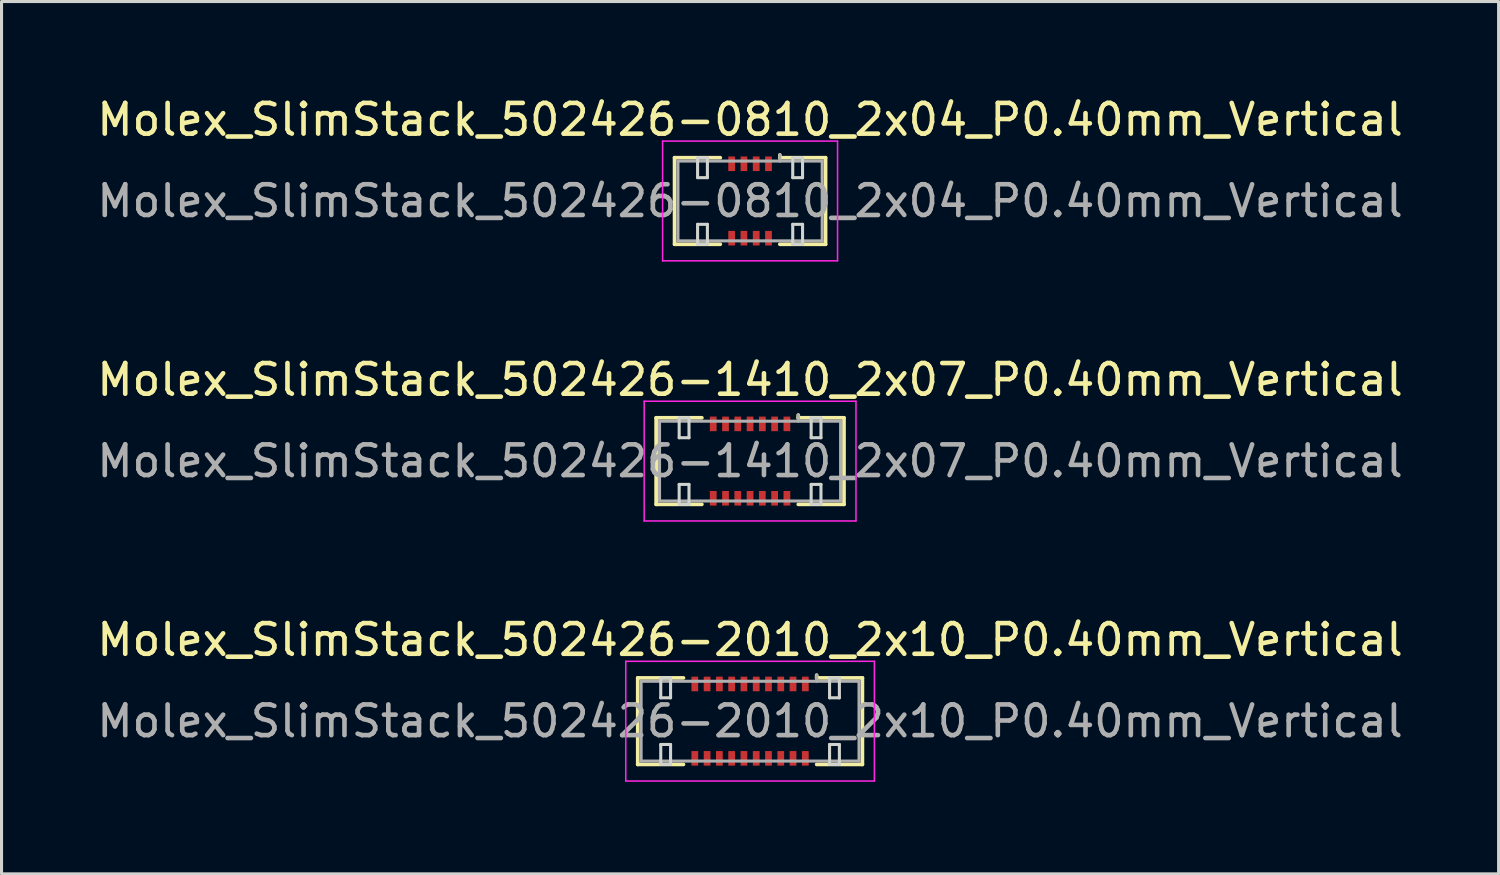
<source format=kicad_pcb>
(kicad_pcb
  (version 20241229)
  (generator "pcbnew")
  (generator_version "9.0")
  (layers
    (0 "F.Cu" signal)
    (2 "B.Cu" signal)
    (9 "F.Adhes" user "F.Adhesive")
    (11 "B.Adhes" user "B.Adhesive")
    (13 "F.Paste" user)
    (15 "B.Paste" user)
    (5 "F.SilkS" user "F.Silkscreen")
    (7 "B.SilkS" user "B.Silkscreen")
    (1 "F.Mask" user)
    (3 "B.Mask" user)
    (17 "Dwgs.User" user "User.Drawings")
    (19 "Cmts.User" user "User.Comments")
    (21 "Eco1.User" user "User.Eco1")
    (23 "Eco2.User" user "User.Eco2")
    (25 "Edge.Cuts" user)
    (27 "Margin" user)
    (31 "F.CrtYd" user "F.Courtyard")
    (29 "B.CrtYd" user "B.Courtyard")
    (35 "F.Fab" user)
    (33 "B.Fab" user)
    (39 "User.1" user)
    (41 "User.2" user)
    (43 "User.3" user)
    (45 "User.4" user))
  (footprint "Molex_SlimStack_502426-0810_2x04_P0.40mm_Vertical"
    (layer "F.Cu")
    (at 21.387 3.498)
    (property "Reference" "Molex_SlimStack_502426-0810_2x04_P0.40mm_Vertical" (at 0 -2.65 0) (layer "F.SilkS") (effects (font (size 1 1) (thickness 0.15))))
    (attr smd)
    (fp_line (start -2.46 -1.41) (end -0.97 -1.41) (stroke (width 0.12) (type solid)) (layer "F.SilkS"))
    (fp_line (start -2.46 1.41) (end -2.46 -1.41) (stroke (width 0.12) (type solid)) (layer "F.SilkS"))
    (fp_line (start -0.97 1.41) (end -2.46 1.41) (stroke (width 0.12) (type solid)) (layer "F.SilkS"))
    (fp_line (start 0.97 -1.41) (end 0.97 -1.5) (stroke (width 0.12) (type solid)) (layer "F.SilkS"))
    (fp_line (start 0.97 1.41) (end 2.46 1.41) (stroke (width 0.12) (type solid)) (layer "F.SilkS"))
    (fp_line (start 2.46 -1.41) (end 0.97 -1.41) (stroke (width 0.12) (type solid)) (layer "F.SilkS"))
    (fp_line (start 2.46 1.41) (end 2.46 -1.41) (stroke (width 0.12) (type solid)) (layer "F.SilkS"))
    (fp_line (start -1.71 -1.41) (end -1.71 -0.76) (stroke (width 0.1) (type solid)) (layer "Edge.Cuts"))
    (fp_line (start -1.71 -0.76) (end -1.39 -0.76) (stroke (width 0.1) (type solid)) (layer "Edge.Cuts"))
    (fp_line (start -1.71 0.76) (end -1.71 1.41) (stroke (width 0.1) (type solid)) (layer "Edge.Cuts"))
    (fp_line (start -1.71 1.41) (end -1.39 1.41) (stroke (width 0.1) (type solid)) (layer "Edge.Cuts"))
    (fp_line (start -1.39 -1.41) (end -1.71 -1.41) (stroke (width 0.1) (type solid)) (layer "Edge.Cuts"))
    (fp_line (start -1.39 -0.76) (end -1.39 -1.41) (stroke (width 0.1) (type solid)) (layer "Edge.Cuts"))
    (fp_line (start -1.39 0.76) (end -1.71 0.76) (stroke (width 0.1) (type solid)) (layer "Edge.Cuts"))
    (fp_line (start -1.39 1.41) (end -1.39 0.76) (stroke (width 0.1) (type solid)) (layer "Edge.Cuts"))
    (fp_line (start 1.39 -1.41) (end 1.39 -0.76) (stroke (width 0.1) (type solid)) (layer "Edge.Cuts"))
    (fp_line (start 1.39 -0.76) (end 1.71 -0.76) (stroke (width 0.1) (type solid)) (layer "Edge.Cuts"))
    (fp_line (start 1.39 0.76) (end 1.39 1.41) (stroke (width 0.1) (type solid)) (layer "Edge.Cuts"))
    (fp_line (start 1.39 1.41) (end 1.71 1.41) (stroke (width 0.1) (type solid)) (layer "Edge.Cuts"))
    (fp_line (start 1.71 -1.41) (end 1.39 -1.41) (stroke (width 0.1) (type solid)) (layer "Edge.Cuts"))
    (fp_line (start 1.71 -0.76) (end 1.71 -1.41) (stroke (width 0.1) (type solid)) (layer "Edge.Cuts"))
    (fp_line (start 1.71 0.76) (end 1.39 0.76) (stroke (width 0.1) (type solid)) (layer "Edge.Cuts"))
    (fp_line (start 1.71 1.41) (end 1.71 0.76) (stroke (width 0.1) (type solid)) (layer "Edge.Cuts"))
    (fp_line (start -2.85 -1.95) (end -2.85 1.95) (stroke (width 0.05) (type solid)) (layer "F.CrtYd"))
    (fp_line (start -2.85 1.95) (end 2.85 1.95) (stroke (width 0.05) (type solid)) (layer "F.CrtYd"))
    (fp_line (start 2.85 -1.95) (end -2.85 -1.95) (stroke (width 0.05) (type solid)) (layer "F.CrtYd"))
    (fp_line (start 2.85 1.95) (end 2.85 -1.95) (stroke (width 0.05) (type solid)) (layer "F.CrtYd"))
    (fp_line (start -2.35 -1.3) (end -2.35 1.3) (stroke (width 0.1) (type solid)) (layer "F.Fab"))
    (fp_line (start -2.35 1.3) (end 2.35 1.3) (stroke (width 0.1) (type solid)) (layer "F.Fab"))
    (fp_line (start 0.97 -1.3) (end 0.97 -1.5) (stroke (width 0.1) (type solid)) (layer "F.Fab"))
    (fp_line (start 2.35 -1.3) (end -2.35 -1.3) (stroke (width 0.1) (type solid)) (layer "F.Fab"))
    (fp_line (start 2.35 1.3) (end 2.35 -1.3) (stroke (width 0.1) (type solid)) (layer "F.Fab"))
    (fp_text user "${REFERENCE}" (at 0 0 0) (layer "F.Fab") (effects (font (size 1 1) (thickness 0.15))))
    (pad "1" smd rect (at 0.6 -1.212) (size 0.22 0.475) (layers "F.Cu" "F.Mask" "F.Paste"))
    (pad "2" smd rect (at 0.6 1.212) (size 0.22 0.475) (layers "F.Cu" "F.Mask" "F.Paste"))
    (pad "3" smd rect (at 0.2 -1.212) (size 0.22 0.475) (layers "F.Cu" "F.Mask" "F.Paste"))
    (pad "4" smd rect (at 0.2 1.212) (size 0.22 0.475) (layers "F.Cu" "F.Mask" "F.Paste"))
    (pad "5" smd rect (at -0.2 -1.212) (size 0.22 0.475) (layers "F.Cu" "F.Mask" "F.Paste"))
    (pad "6" smd rect (at -0.2 1.212) (size 0.22 0.475) (layers "F.Cu" "F.Mask" "F.Paste"))
    (pad "7" smd rect (at -0.6 -1.212) (size 0.22 0.475) (layers "F.Cu" "F.Mask" "F.Paste"))
    (pad "8" smd rect (at -0.6 1.212) (size 0.22 0.475) (layers "F.Cu" "F.Mask" "F.Paste")))
  (footprint "Molex_SlimStack_502426-2010_2x10_P0.40mm_Vertical"
    (layer "F.Cu")
    (at 21.387 20.445)
    (property "Reference" "Molex_SlimStack_502426-2010_2x10_P0.40mm_Vertical" (at 0 -2.65 0) (layer "F.SilkS") (effects (font (size 1 1) (thickness 0.15))))
    (attr smd)
    (fp_line (start -3.66 -1.41) (end -2.17 -1.41) (stroke (width 0.12) (type solid)) (layer "F.SilkS"))
    (fp_line (start -3.66 1.41) (end -3.66 -1.41) (stroke (width 0.12) (type solid)) (layer "F.SilkS"))
    (fp_line (start -2.17 1.41) (end -3.66 1.41) (stroke (width 0.12) (type solid)) (layer "F.SilkS"))
    (fp_line (start 2.17 -1.41) (end 2.17 -1.5) (stroke (width 0.12) (type solid)) (layer "F.SilkS"))
    (fp_line (start 2.17 1.41) (end 3.66 1.41) (stroke (width 0.12) (type solid)) (layer "F.SilkS"))
    (fp_line (start 3.66 -1.41) (end 2.17 -1.41) (stroke (width 0.12) (type solid)) (layer "F.SilkS"))
    (fp_line (start 3.66 1.41) (end 3.66 -1.41) (stroke (width 0.12) (type solid)) (layer "F.SilkS"))
    (fp_line (start -2.91 -1.41) (end -2.91 -0.76) (stroke (width 0.1) (type solid)) (layer "Edge.Cuts"))
    (fp_line (start -2.91 -0.76) (end -2.59 -0.76) (stroke (width 0.1) (type solid)) (layer "Edge.Cuts"))
    (fp_line (start -2.91 0.76) (end -2.91 1.41) (stroke (width 0.1) (type solid)) (layer "Edge.Cuts"))
    (fp_line (start -2.91 1.41) (end -2.59 1.41) (stroke (width 0.1) (type solid)) (layer "Edge.Cuts"))
    (fp_line (start -2.59 -1.41) (end -2.91 -1.41) (stroke (width 0.1) (type solid)) (layer "Edge.Cuts"))
    (fp_line (start -2.59 -0.76) (end -2.59 -1.41) (stroke (width 0.1) (type solid)) (layer "Edge.Cuts"))
    (fp_line (start -2.59 0.76) (end -2.91 0.76) (stroke (width 0.1) (type solid)) (layer "Edge.Cuts"))
    (fp_line (start -2.59 1.41) (end -2.59 0.76) (stroke (width 0.1) (type solid)) (layer "Edge.Cuts"))
    (fp_line (start 2.59 -1.41) (end 2.59 -0.76) (stroke (width 0.1) (type solid)) (layer "Edge.Cuts"))
    (fp_line (start 2.59 -0.76) (end 2.91 -0.76) (stroke (width 0.1) (type solid)) (layer "Edge.Cuts"))
    (fp_line (start 2.59 0.76) (end 2.59 1.41) (stroke (width 0.1) (type solid)) (layer "Edge.Cuts"))
    (fp_line (start 2.59 1.41) (end 2.91 1.41) (stroke (width 0.1) (type solid)) (layer "Edge.Cuts"))
    (fp_line (start 2.91 -1.41) (end 2.59 -1.41) (stroke (width 0.1) (type solid)) (layer "Edge.Cuts"))
    (fp_line (start 2.91 -0.76) (end 2.91 -1.41) (stroke (width 0.1) (type solid)) (layer "Edge.Cuts"))
    (fp_line (start 2.91 0.76) (end 2.59 0.76) (stroke (width 0.1) (type solid)) (layer "Edge.Cuts"))
    (fp_line (start 2.91 1.41) (end 2.91 0.76) (stroke (width 0.1) (type solid)) (layer "Edge.Cuts"))
    (fp_line (start -4.05 -1.95) (end -4.05 1.95) (stroke (width 0.05) (type solid)) (layer "F.CrtYd"))
    (fp_line (start -4.05 1.95) (end 4.05 1.95) (stroke (width 0.05) (type solid)) (layer "F.CrtYd"))
    (fp_line (start 4.05 -1.95) (end -4.05 -1.95) (stroke (width 0.05) (type solid)) (layer "F.CrtYd"))
    (fp_line (start 4.05 1.95) (end 4.05 -1.95) (stroke (width 0.05) (type solid)) (layer "F.CrtYd"))
    (fp_line (start -3.55 -1.3) (end -3.55 1.3) (stroke (width 0.1) (type solid)) (layer "F.Fab"))
    (fp_line (start -3.55 1.3) (end 3.55 1.3) (stroke (width 0.1) (type solid)) (layer "F.Fab"))
    (fp_line (start 2.17 -1.3) (end 2.17 -1.5) (stroke (width 0.1) (type solid)) (layer "F.Fab"))
    (fp_line (start 3.55 -1.3) (end -3.55 -1.3) (stroke (width 0.1) (type solid)) (layer "F.Fab"))
    (fp_line (start 3.55 1.3) (end 3.55 -1.3) (stroke (width 0.1) (type solid)) (layer "F.Fab"))
    (fp_text user "${REFERENCE}" (at 0 0 0) (layer "F.Fab") (effects (font (size 1 1) (thickness 0.15))))
    (pad "1" smd rect (at 1.8 -1.212) (size 0.22 0.475) (layers "F.Cu" "F.Mask" "F.Paste"))
    (pad "2" smd rect (at 1.8 1.212) (size 0.22 0.475) (layers "F.Cu" "F.Mask" "F.Paste"))
    (pad "3" smd rect (at 1.4 -1.212) (size 0.22 0.475) (layers "F.Cu" "F.Mask" "F.Paste"))
    (pad "4" smd rect (at 1.4 1.212) (size 0.22 0.475) (layers "F.Cu" "F.Mask" "F.Paste"))
    (pad "5" smd rect (at 1 -1.212) (size 0.22 0.475) (layers "F.Cu" "F.Mask" "F.Paste"))
    (pad "6" smd rect (at 1 1.212) (size 0.22 0.475) (layers "F.Cu" "F.Mask" "F.Paste"))
    (pad "7" smd rect (at 0.6 -1.212) (size 0.22 0.475) (layers "F.Cu" "F.Mask" "F.Paste"))
    (pad "8" smd rect (at 0.6 1.212) (size 0.22 0.475) (layers "F.Cu" "F.Mask" "F.Paste"))
    (pad "9" smd rect (at 0.2 -1.212) (size 0.22 0.475) (layers "F.Cu" "F.Mask" "F.Paste"))
    (pad "10" smd rect (at 0.2 1.212) (size 0.22 0.475) (layers "F.Cu" "F.Mask" "F.Paste"))
    (pad "11" smd rect (at -0.2 -1.212) (size 0.22 0.475) (layers "F.Cu" "F.Mask" "F.Paste"))
    (pad "12" smd rect (at -0.2 1.212) (size 0.22 0.475) (layers "F.Cu" "F.Mask" "F.Paste"))
    (pad "13" smd rect (at -0.6 -1.212) (size 0.22 0.475) (layers "F.Cu" "F.Mask" "F.Paste"))
    (pad "14" smd rect (at -0.6 1.212) (size 0.22 0.475) (layers "F.Cu" "F.Mask" "F.Paste"))
    (pad "15" smd rect (at -1 -1.212) (size 0.22 0.475) (layers "F.Cu" "F.Mask" "F.Paste"))
    (pad "16" smd rect (at -1 1.212) (size 0.22 0.475) (layers "F.Cu" "F.Mask" "F.Paste"))
    (pad "17" smd rect (at -1.4 -1.212) (size 0.22 0.475) (layers "F.Cu" "F.Mask" "F.Paste"))
    (pad "18" smd rect (at -1.4 1.212) (size 0.22 0.475) (layers "F.Cu" "F.Mask" "F.Paste"))
    (pad "19" smd rect (at -1.8 -1.212) (size 0.22 0.475) (layers "F.Cu" "F.Mask" "F.Paste"))
    (pad "20" smd rect (at -1.8 1.212) (size 0.22 0.475) (layers "F.Cu" "F.Mask" "F.Paste")))
  (footprint "Molex_SlimStack_502426-1410_2x07_P0.40mm_Vertical"
    (layer "F.Cu")
    (at 21.387 11.972)
    (property "Reference" "Molex_SlimStack_502426-1410_2x07_P0.40mm_Vertical" (at 0 -2.65 0) (layer "F.SilkS") (effects (font (size 1 1) (thickness 0.15))))
    (attr smd)
    (fp_line (start -3.06 -1.41) (end -1.57 -1.41) (stroke (width 0.12) (type solid)) (layer "F.SilkS"))
    (fp_line (start -3.06 1.41) (end -3.06 -1.41) (stroke (width 0.12) (type solid)) (layer "F.SilkS"))
    (fp_line (start -1.57 1.41) (end -3.06 1.41) (stroke (width 0.12) (type solid)) (layer "F.SilkS"))
    (fp_line (start 1.57 -1.41) (end 1.57 -1.5) (stroke (width 0.12) (type solid)) (layer "F.SilkS"))
    (fp_line (start 1.57 1.41) (end 3.06 1.41) (stroke (width 0.12) (type solid)) (layer "F.SilkS"))
    (fp_line (start 3.06 -1.41) (end 1.57 -1.41) (stroke (width 0.12) (type solid)) (layer "F.SilkS"))
    (fp_line (start 3.06 1.41) (end 3.06 -1.41) (stroke (width 0.12) (type solid)) (layer "F.SilkS"))
    (fp_line (start -2.31 -1.41) (end -2.31 -0.76) (stroke (width 0.1) (type solid)) (layer "Edge.Cuts"))
    (fp_line (start -2.31 -0.76) (end -1.99 -0.76) (stroke (width 0.1) (type solid)) (layer "Edge.Cuts"))
    (fp_line (start -2.31 0.76) (end -2.31 1.41) (stroke (width 0.1) (type solid)) (layer "Edge.Cuts"))
    (fp_line (start -2.31 1.41) (end -1.99 1.41) (stroke (width 0.1) (type solid)) (layer "Edge.Cuts"))
    (fp_line (start -1.99 -1.41) (end -2.31 -1.41) (stroke (width 0.1) (type solid)) (layer "Edge.Cuts"))
    (fp_line (start -1.99 -0.76) (end -1.99 -1.41) (stroke (width 0.1) (type solid)) (layer "Edge.Cuts"))
    (fp_line (start -1.99 0.76) (end -2.31 0.76) (stroke (width 0.1) (type solid)) (layer "Edge.Cuts"))
    (fp_line (start -1.99 1.41) (end -1.99 0.76) (stroke (width 0.1) (type solid)) (layer "Edge.Cuts"))
    (fp_line (start 1.99 -1.41) (end 1.99 -0.76) (stroke (width 0.1) (type solid)) (layer "Edge.Cuts"))
    (fp_line (start 1.99 -0.76) (end 2.31 -0.76) (stroke (width 0.1) (type solid)) (layer "Edge.Cuts"))
    (fp_line (start 1.99 0.76) (end 1.99 1.41) (stroke (width 0.1) (type solid)) (layer "Edge.Cuts"))
    (fp_line (start 1.99 1.41) (end 2.31 1.41) (stroke (width 0.1) (type solid)) (layer "Edge.Cuts"))
    (fp_line (start 2.31 -1.41) (end 1.99 -1.41) (stroke (width 0.1) (type solid)) (layer "Edge.Cuts"))
    (fp_line (start 2.31 -0.76) (end 2.31 -1.41) (stroke (width 0.1) (type solid)) (layer "Edge.Cuts"))
    (fp_line (start 2.31 0.76) (end 1.99 0.76) (stroke (width 0.1) (type solid)) (layer "Edge.Cuts"))
    (fp_line (start 2.31 1.41) (end 2.31 0.76) (stroke (width 0.1) (type solid)) (layer "Edge.Cuts"))
    (fp_line (start -3.45 -1.95) (end -3.45 1.95) (stroke (width 0.05) (type solid)) (layer "F.CrtYd"))
    (fp_line (start -3.45 1.95) (end 3.45 1.95) (stroke (width 0.05) (type solid)) (layer "F.CrtYd"))
    (fp_line (start 3.45 -1.95) (end -3.45 -1.95) (stroke (width 0.05) (type solid)) (layer "F.CrtYd"))
    (fp_line (start 3.45 1.95) (end 3.45 -1.95) (stroke (width 0.05) (type solid)) (layer "F.CrtYd"))
    (fp_line (start -2.95 -1.3) (end -2.95 1.3) (stroke (width 0.1) (type solid)) (layer "F.Fab"))
    (fp_line (start -2.95 1.3) (end 2.95 1.3) (stroke (width 0.1) (type solid)) (layer "F.Fab"))
    (fp_line (start 1.57 -1.3) (end 1.57 -1.5) (stroke (width 0.1) (type solid)) (layer "F.Fab"))
    (fp_line (start 2.95 -1.3) (end -2.95 -1.3) (stroke (width 0.1) (type solid)) (layer "F.Fab"))
    (fp_line (start 2.95 1.3) (end 2.95 -1.3) (stroke (width 0.1) (type solid)) (layer "F.Fab"))
    (fp_text user "${REFERENCE}" (at 0 0 0) (layer "F.Fab") (effects (font (size 1 1) (thickness 0.15))))
    (pad "1" smd rect (at 1.2 -1.212) (size 0.22 0.475) (layers "F.Cu" "F.Mask" "F.Paste"))
    (pad "2" smd rect (at 1.2 1.212) (size 0.22 0.475) (layers "F.Cu" "F.Mask" "F.Paste"))
    (pad "3" smd rect (at 0.8 -1.212) (size 0.22 0.475) (layers "F.Cu" "F.Mask" "F.Paste"))
    (pad "4" smd rect (at 0.8 1.212) (size 0.22 0.475) (layers "F.Cu" "F.Mask" "F.Paste"))
    (pad "5" smd rect (at 0.4 -1.212) (size 0.22 0.475) (layers "F.Cu" "F.Mask" "F.Paste"))
    (pad "6" smd rect (at 0.4 1.212) (size 0.22 0.475) (layers "F.Cu" "F.Mask" "F.Paste"))
    (pad "7" smd rect (at 0 -1.212) (size 0.22 0.475) (layers "F.Cu" "F.Mask" "F.Paste"))
    (pad "8" smd rect (at 0 1.212) (size 0.22 0.475) (layers "F.Cu" "F.Mask" "F.Paste"))
    (pad "9" smd rect (at -0.4 -1.212) (size 0.22 0.475) (layers "F.Cu" "F.Mask" "F.Paste"))
    (pad "10" smd rect (at -0.4 1.212) (size 0.22 0.475) (layers "F.Cu" "F.Mask" "F.Paste"))
    (pad "11" smd rect (at -0.8 -1.212) (size 0.22 0.475) (layers "F.Cu" "F.Mask" "F.Paste"))
    (pad "12" smd rect (at -0.8 1.212) (size 0.22 0.475) (layers "F.Cu" "F.Mask" "F.Paste"))
    (pad "13" smd rect (at -1.2 -1.212) (size 0.22 0.475) (layers "F.Cu" "F.Mask" "F.Paste"))
    (pad "14" smd rect (at -1.2 1.212) (size 0.22 0.475) (layers "F.Cu" "F.Mask" "F.Paste")))
  (gr_rect
    (start -3 -3)
    (end 45.774 25.42)
    (stroke (width 0.1) (type default))
    (fill no)
    (layer "Edge.Cuts")))
</source>
